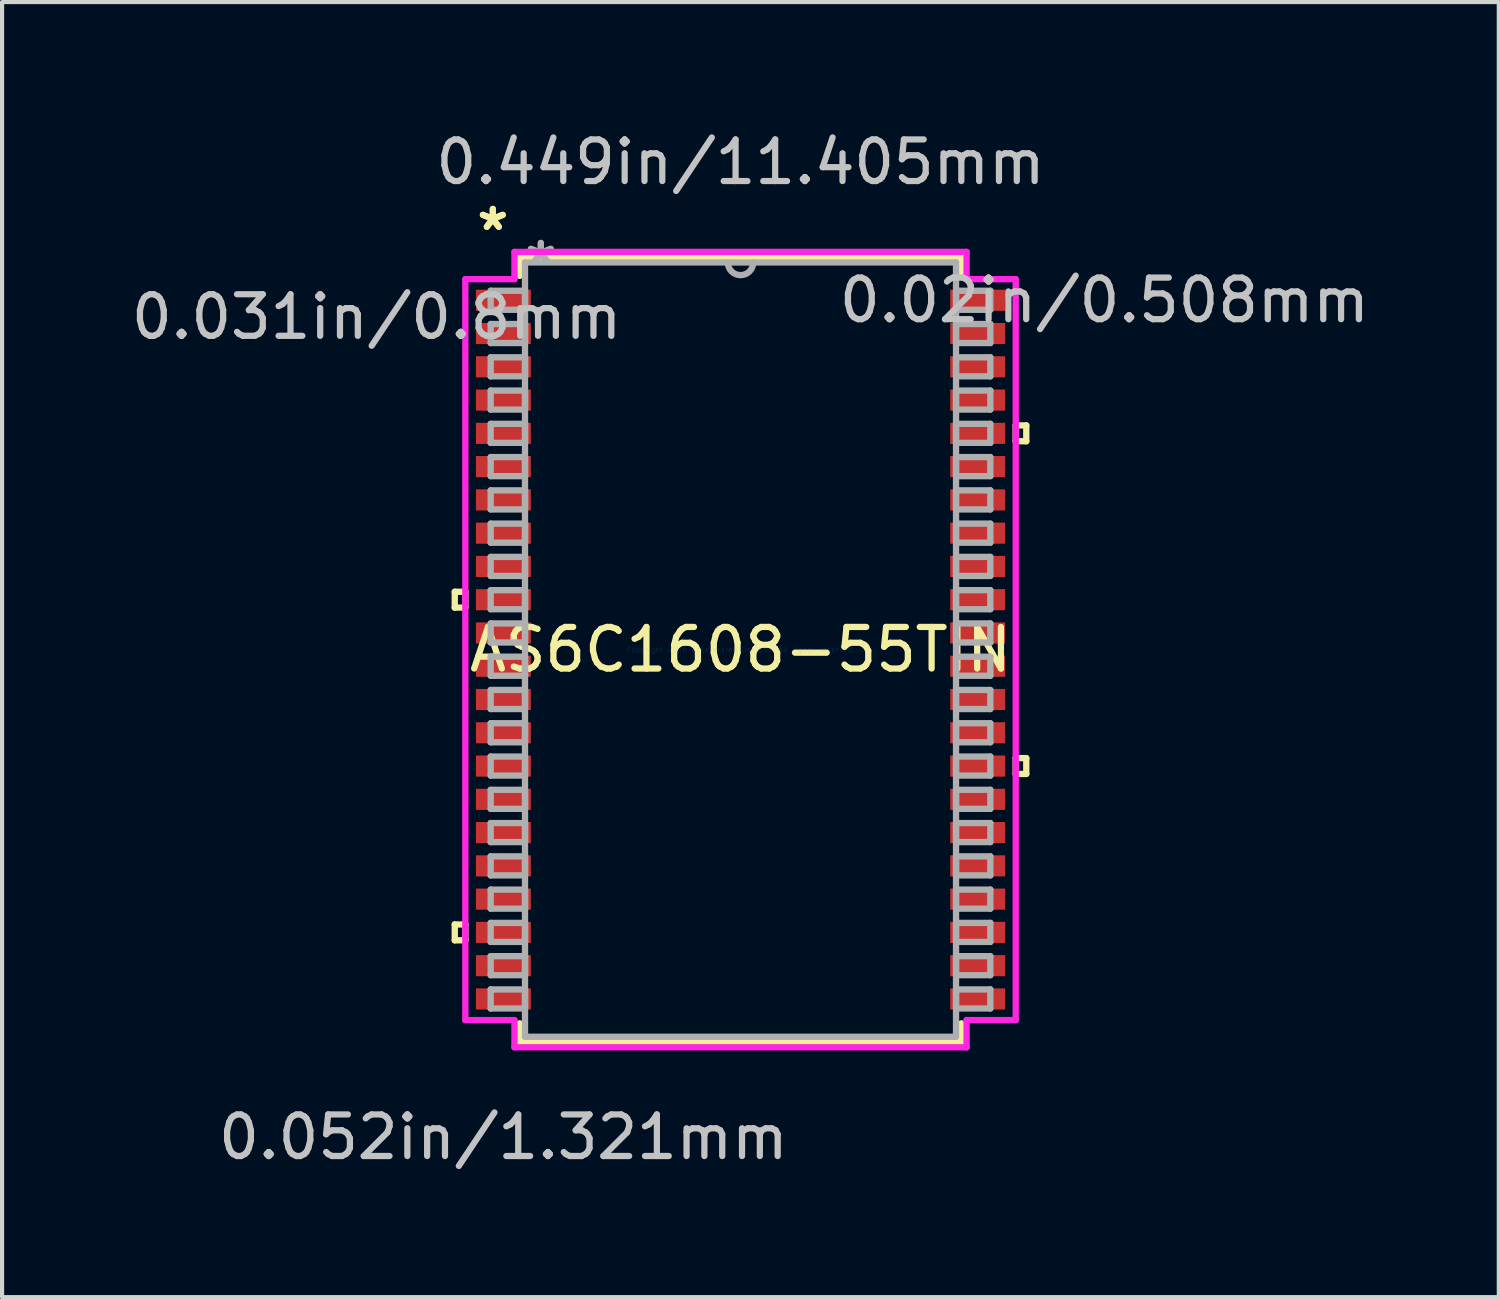
<source format=kicad_pcb>
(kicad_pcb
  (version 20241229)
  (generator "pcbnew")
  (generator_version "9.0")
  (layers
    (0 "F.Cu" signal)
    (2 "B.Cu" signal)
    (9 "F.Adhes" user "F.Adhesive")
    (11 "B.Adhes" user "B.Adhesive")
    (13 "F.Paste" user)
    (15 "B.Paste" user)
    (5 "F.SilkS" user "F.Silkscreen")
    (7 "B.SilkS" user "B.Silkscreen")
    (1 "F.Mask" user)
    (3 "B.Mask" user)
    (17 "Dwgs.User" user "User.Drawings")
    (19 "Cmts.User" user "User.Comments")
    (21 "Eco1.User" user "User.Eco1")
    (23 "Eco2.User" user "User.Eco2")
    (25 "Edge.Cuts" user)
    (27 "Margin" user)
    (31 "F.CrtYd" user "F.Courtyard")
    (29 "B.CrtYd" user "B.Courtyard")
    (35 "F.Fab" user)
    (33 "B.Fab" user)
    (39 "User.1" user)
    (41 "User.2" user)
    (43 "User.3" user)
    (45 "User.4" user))
  (footprint "AS6C1608-55TIN"
    (layer "F.Cu")
    (at 14.756 12.57)
    (property "Reference" "AS6C1608-55TIN" (at 0 0 0) (layer "F.SilkS") (effects (font (size 1 1) (thickness 0.15))))
    (attr through_hole)
    (fp_line (start -6.871 -1.391) (end -6.871 -1.01) (stroke (width 0.152) (type solid)) (layer "F.SilkS"))
    (fp_line (start -6.871 -1.01) (end -6.617 -1.01) (stroke (width 0.152) (type solid)) (layer "F.SilkS"))
    (fp_line (start -6.871 6.609) (end -6.871 6.99) (stroke (width 0.152) (type solid)) (layer "F.SilkS"))
    (fp_line (start -6.871 6.99) (end -6.617 6.99) (stroke (width 0.152) (type solid)) (layer "F.SilkS"))
    (fp_line (start -6.617 -1.391) (end -6.871 -1.391) (stroke (width 0.152) (type solid)) (layer "F.SilkS"))
    (fp_line (start -6.617 -1.01) (end -6.617 -1.391) (stroke (width 0.152) (type solid)) (layer "F.SilkS"))
    (fp_line (start -6.617 6.609) (end -6.871 6.609) (stroke (width 0.152) (type solid)) (layer "F.SilkS"))
    (fp_line (start -6.617 6.99) (end -6.617 6.609) (stroke (width 0.152) (type solid)) (layer "F.SilkS"))
    (fp_line (start -5.309 -9.436) (end -5.309 -8.987) (stroke (width 0.152) (type solid)) (layer "F.SilkS"))
    (fp_line (start -5.309 8.987) (end -5.309 9.436) (stroke (width 0.152) (type solid)) (layer "F.SilkS"))
    (fp_line (start -5.309 9.436) (end 5.309 9.436) (stroke (width 0.152) (type solid)) (layer "F.SilkS"))
    (fp_line (start 5.309 -9.436) (end -5.309 -9.436) (stroke (width 0.152) (type solid)) (layer "F.SilkS"))
    (fp_line (start 5.309 -8.987) (end 5.309 -9.436) (stroke (width 0.152) (type solid)) (layer "F.SilkS"))
    (fp_line (start 5.309 9.436) (end 5.309 8.987) (stroke (width 0.152) (type solid)) (layer "F.SilkS"))
    (fp_line (start 6.617 -5.391) (end 6.871 -5.391) (stroke (width 0.152) (type solid)) (layer "F.SilkS"))
    (fp_line (start 6.617 -5.01) (end 6.617 -5.391) (stroke (width 0.152) (type solid)) (layer "F.SilkS"))
    (fp_line (start 6.617 2.609) (end 6.871 2.609) (stroke (width 0.152) (type solid)) (layer "F.SilkS"))
    (fp_line (start 6.617 2.99) (end 6.617 2.609) (stroke (width 0.152) (type solid)) (layer "F.SilkS"))
    (fp_line (start 6.871 -5.391) (end 6.871 -5.01) (stroke (width 0.152) (type solid)) (layer "F.SilkS"))
    (fp_line (start 6.871 -5.01) (end 6.617 -5.01) (stroke (width 0.152) (type solid)) (layer "F.SilkS"))
    (fp_line (start 6.871 2.609) (end 6.871 2.99) (stroke (width 0.152) (type solid)) (layer "F.SilkS"))
    (fp_line (start 6.871 2.99) (end 6.617 2.99) (stroke (width 0.152) (type solid)) (layer "F.SilkS"))
    (fp_line (start -6.617 -8.908) (end -5.436 -8.908) (stroke (width 0.152) (type solid)) (layer "F.CrtYd"))
    (fp_line (start -6.617 8.908) (end -6.617 -8.908) (stroke (width 0.152) (type solid)) (layer "F.CrtYd"))
    (fp_line (start -5.436 -9.563) (end 5.436 -9.563) (stroke (width 0.152) (type solid)) (layer "F.CrtYd"))
    (fp_line (start -5.436 -8.908) (end -5.436 -9.563) (stroke (width 0.152) (type solid)) (layer "F.CrtYd"))
    (fp_line (start -5.436 8.908) (end -6.617 8.908) (stroke (width 0.152) (type solid)) (layer "F.CrtYd"))
    (fp_line (start -5.436 9.563) (end -5.436 8.908) (stroke (width 0.152) (type solid)) (layer "F.CrtYd"))
    (fp_line (start 5.436 -9.563) (end 5.436 -8.908) (stroke (width 0.152) (type solid)) (layer "F.CrtYd"))
    (fp_line (start 5.436 -8.908) (end 6.617 -8.908) (stroke (width 0.152) (type solid)) (layer "F.CrtYd"))
    (fp_line (start 5.436 8.908) (end 5.436 9.563) (stroke (width 0.152) (type solid)) (layer "F.CrtYd"))
    (fp_line (start 5.436 9.563) (end -5.436 9.563) (stroke (width 0.152) (type solid)) (layer "F.CrtYd"))
    (fp_line (start 6.617 -8.908) (end 6.617 8.908) (stroke (width 0.152) (type solid)) (layer "F.CrtYd"))
    (fp_line (start 6.617 8.908) (end 5.436 8.908) (stroke (width 0.152) (type solid)) (layer "F.CrtYd"))
    (fp_line (start -6.007 -8.629) (end -6.007 -8.171) (stroke (width 0.152) (type solid)) (layer "F.Fab"))
    (fp_line (start -6.007 -8.171) (end -5.182 -8.171) (stroke (width 0.152) (type solid)) (layer "F.Fab"))
    (fp_line (start -6.007 -7.829) (end -6.007 -7.371) (stroke (width 0.152) (type solid)) (layer "F.Fab"))
    (fp_line (start -6.007 -7.371) (end -5.182 -7.371) (stroke (width 0.152) (type solid)) (layer "F.Fab"))
    (fp_line (start -6.007 -7.029) (end -6.007 -6.571) (stroke (width 0.152) (type solid)) (layer "F.Fab"))
    (fp_line (start -6.007 -6.571) (end -5.182 -6.571) (stroke (width 0.152) (type solid)) (layer "F.Fab"))
    (fp_line (start -6.007 -6.229) (end -6.007 -5.771) (stroke (width 0.152) (type solid)) (layer "F.Fab"))
    (fp_line (start -6.007 -5.771) (end -5.182 -5.771) (stroke (width 0.152) (type solid)) (layer "F.Fab"))
    (fp_line (start -6.007 -5.429) (end -6.007 -4.971) (stroke (width 0.152) (type solid)) (layer "F.Fab"))
    (fp_line (start -6.007 -4.971) (end -5.182 -4.971) (stroke (width 0.152) (type solid)) (layer "F.Fab"))
    (fp_line (start -6.007 -4.629) (end -6.007 -4.171) (stroke (width 0.152) (type solid)) (layer "F.Fab"))
    (fp_line (start -6.007 -4.171) (end -5.182 -4.171) (stroke (width 0.152) (type solid)) (layer "F.Fab"))
    (fp_line (start -6.007 -3.829) (end -6.007 -3.371) (stroke (width 0.152) (type solid)) (layer "F.Fab"))
    (fp_line (start -6.007 -3.371) (end -5.182 -3.371) (stroke (width 0.152) (type solid)) (layer "F.Fab"))
    (fp_line (start -6.007 -3.029) (end -6.007 -2.571) (stroke (width 0.152) (type solid)) (layer "F.Fab"))
    (fp_line (start -6.007 -2.571) (end -5.182 -2.571) (stroke (width 0.152) (type solid)) (layer "F.Fab"))
    (fp_line (start -6.007 -2.229) (end -6.007 -1.771) (stroke (width 0.152) (type solid)) (layer "F.Fab"))
    (fp_line (start -6.007 -1.771) (end -5.182 -1.771) (stroke (width 0.152) (type solid)) (layer "F.Fab"))
    (fp_line (start -6.007 -1.429) (end -6.007 -0.971) (stroke (width 0.152) (type solid)) (layer "F.Fab"))
    (fp_line (start -6.007 -0.971) (end -5.182 -0.971) (stroke (width 0.152) (type solid)) (layer "F.Fab"))
    (fp_line (start -6.007 -0.629) (end -6.007 -0.171) (stroke (width 0.152) (type solid)) (layer "F.Fab"))
    (fp_line (start -6.007 -0.171) (end -5.182 -0.171) (stroke (width 0.152) (type solid)) (layer "F.Fab"))
    (fp_line (start -6.007 0.171) (end -6.007 0.629) (stroke (width 0.152) (type solid)) (layer "F.Fab"))
    (fp_line (start -6.007 0.629) (end -5.182 0.629) (stroke (width 0.152) (type solid)) (layer "F.Fab"))
    (fp_line (start -6.007 0.971) (end -6.007 1.429) (stroke (width 0.152) (type solid)) (layer "F.Fab"))
    (fp_line (start -6.007 1.429) (end -5.182 1.429) (stroke (width 0.152) (type solid)) (layer "F.Fab"))
    (fp_line (start -6.007 1.771) (end -6.007 2.229) (stroke (width 0.152) (type solid)) (layer "F.Fab"))
    (fp_line (start -6.007 2.229) (end -5.182 2.229) (stroke (width 0.152) (type solid)) (layer "F.Fab"))
    (fp_line (start -6.007 2.571) (end -6.007 3.029) (stroke (width 0.152) (type solid)) (layer "F.Fab"))
    (fp_line (start -6.007 3.029) (end -5.182 3.029) (stroke (width 0.152) (type solid)) (layer "F.Fab"))
    (fp_line (start -6.007 3.371) (end -6.007 3.829) (stroke (width 0.152) (type solid)) (layer "F.Fab"))
    (fp_line (start -6.007 3.829) (end -5.182 3.829) (stroke (width 0.152) (type solid)) (layer "F.Fab"))
    (fp_line (start -6.007 4.171) (end -6.007 4.629) (stroke (width 0.152) (type solid)) (layer "F.Fab"))
    (fp_line (start -6.007 4.629) (end -5.182 4.629) (stroke (width 0.152) (type solid)) (layer "F.Fab"))
    (fp_line (start -6.007 4.971) (end -6.007 5.429) (stroke (width 0.152) (type solid)) (layer "F.Fab"))
    (fp_line (start -6.007 5.429) (end -5.182 5.429) (stroke (width 0.152) (type solid)) (layer "F.Fab"))
    (fp_line (start -6.007 5.771) (end -6.007 6.229) (stroke (width 0.152) (type solid)) (layer "F.Fab"))
    (fp_line (start -6.007 6.229) (end -5.182 6.229) (stroke (width 0.152) (type solid)) (layer "F.Fab"))
    (fp_line (start -6.007 6.571) (end -6.007 7.029) (stroke (width 0.152) (type solid)) (layer "F.Fab"))
    (fp_line (start -6.007 7.029) (end -5.182 7.029) (stroke (width 0.152) (type solid)) (layer "F.Fab"))
    (fp_line (start -6.007 7.371) (end -6.007 7.829) (stroke (width 0.152) (type solid)) (layer "F.Fab"))
    (fp_line (start -6.007 7.829) (end -5.182 7.829) (stroke (width 0.152) (type solid)) (layer "F.Fab"))
    (fp_line (start -6.007 8.171) (end -6.007 8.629) (stroke (width 0.152) (type solid)) (layer "F.Fab"))
    (fp_line (start -6.007 8.629) (end -5.182 8.629) (stroke (width 0.152) (type solid)) (layer "F.Fab"))
    (fp_line (start -5.182 -9.309) (end -5.182 9.309) (stroke (width 0.152) (type solid)) (layer "F.Fab"))
    (fp_line (start -5.182 -8.629) (end -6.007 -8.629) (stroke (width 0.152) (type solid)) (layer "F.Fab"))
    (fp_line (start -5.182 -8.171) (end -5.182 -8.629) (stroke (width 0.152) (type solid)) (layer "F.Fab"))
    (fp_line (start -5.182 -7.829) (end -6.007 -7.829) (stroke (width 0.152) (type solid)) (layer "F.Fab"))
    (fp_line (start -5.182 -7.371) (end -5.182 -7.829) (stroke (width 0.152) (type solid)) (layer "F.Fab"))
    (fp_line (start -5.182 -7.029) (end -6.007 -7.029) (stroke (width 0.152) (type solid)) (layer "F.Fab"))
    (fp_line (start -5.182 -6.571) (end -5.182 -7.029) (stroke (width 0.152) (type solid)) (layer "F.Fab"))
    (fp_line (start -5.182 -6.229) (end -6.007 -6.229) (stroke (width 0.152) (type solid)) (layer "F.Fab"))
    (fp_line (start -5.182 -5.771) (end -5.182 -6.229) (stroke (width 0.152) (type solid)) (layer "F.Fab"))
    (fp_line (start -5.182 -5.429) (end -6.007 -5.429) (stroke (width 0.152) (type solid)) (layer "F.Fab"))
    (fp_line (start -5.182 -4.971) (end -5.182 -5.429) (stroke (width 0.152) (type solid)) (layer "F.Fab"))
    (fp_line (start -5.182 -4.629) (end -6.007 -4.629) (stroke (width 0.152) (type solid)) (layer "F.Fab"))
    (fp_line (start -5.182 -4.171) (end -5.182 -4.629) (stroke (width 0.152) (type solid)) (layer "F.Fab"))
    (fp_line (start -5.182 -3.829) (end -6.007 -3.829) (stroke (width 0.152) (type solid)) (layer "F.Fab"))
    (fp_line (start -5.182 -3.371) (end -5.182 -3.829) (stroke (width 0.152) (type solid)) (layer "F.Fab"))
    (fp_line (start -5.182 -3.029) (end -6.007 -3.029) (stroke (width 0.152) (type solid)) (layer "F.Fab"))
    (fp_line (start -5.182 -2.571) (end -5.182 -3.029) (stroke (width 0.152) (type solid)) (layer "F.Fab"))
    (fp_line (start -5.182 -2.229) (end -6.007 -2.229) (stroke (width 0.152) (type solid)) (layer "F.Fab"))
    (fp_line (start -5.182 -1.771) (end -5.182 -2.229) (stroke (width 0.152) (type solid)) (layer "F.Fab"))
    (fp_line (start -5.182 -1.429) (end -6.007 -1.429) (stroke (width 0.152) (type solid)) (layer "F.Fab"))
    (fp_line (start -5.182 -0.971) (end -5.182 -1.429) (stroke (width 0.152) (type solid)) (layer "F.Fab"))
    (fp_line (start -5.182 -0.629) (end -6.007 -0.629) (stroke (width 0.152) (type solid)) (layer "F.Fab"))
    (fp_line (start -5.182 -0.171) (end -5.182 -0.629) (stroke (width 0.152) (type solid)) (layer "F.Fab"))
    (fp_line (start -5.182 0.171) (end -6.007 0.171) (stroke (width 0.152) (type solid)) (layer "F.Fab"))
    (fp_line (start -5.182 0.629) (end -5.182 0.171) (stroke (width 0.152) (type solid)) (layer "F.Fab"))
    (fp_line (start -5.182 0.971) (end -6.007 0.971) (stroke (width 0.152) (type solid)) (layer "F.Fab"))
    (fp_line (start -5.182 1.429) (end -5.182 0.971) (stroke (width 0.152) (type solid)) (layer "F.Fab"))
    (fp_line (start -5.182 1.771) (end -6.007 1.771) (stroke (width 0.152) (type solid)) (layer "F.Fab"))
    (fp_line (start -5.182 2.229) (end -5.182 1.771) (stroke (width 0.152) (type solid)) (layer "F.Fab"))
    (fp_line (start -5.182 2.571) (end -6.007 2.571) (stroke (width 0.152) (type solid)) (layer "F.Fab"))
    (fp_line (start -5.182 3.029) (end -5.182 2.571) (stroke (width 0.152) (type solid)) (layer "F.Fab"))
    (fp_line (start -5.182 3.371) (end -6.007 3.371) (stroke (width 0.152) (type solid)) (layer "F.Fab"))
    (fp_line (start -5.182 3.829) (end -5.182 3.371) (stroke (width 0.152) (type solid)) (layer "F.Fab"))
    (fp_line (start -5.182 4.171) (end -6.007 4.171) (stroke (width 0.152) (type solid)) (layer "F.Fab"))
    (fp_line (start -5.182 4.629) (end -5.182 4.171) (stroke (width 0.152) (type solid)) (layer "F.Fab"))
    (fp_line (start -5.182 4.971) (end -6.007 4.971) (stroke (width 0.152) (type solid)) (layer "F.Fab"))
    (fp_line (start -5.182 5.429) (end -5.182 4.971) (stroke (width 0.152) (type solid)) (layer "F.Fab"))
    (fp_line (start -5.182 5.771) (end -6.007 5.771) (stroke (width 0.152) (type solid)) (layer "F.Fab"))
    (fp_line (start -5.182 6.229) (end -5.182 5.771) (stroke (width 0.152) (type solid)) (layer "F.Fab"))
    (fp_line (start -5.182 6.571) (end -6.007 6.571) (stroke (width 0.152) (type solid)) (layer "F.Fab"))
    (fp_line (start -5.182 7.029) (end -5.182 6.571) (stroke (width 0.152) (type solid)) (layer "F.Fab"))
    (fp_line (start -5.182 7.371) (end -6.007 7.371) (stroke (width 0.152) (type solid)) (layer "F.Fab"))
    (fp_line (start -5.182 7.829) (end -5.182 7.371) (stroke (width 0.152) (type solid)) (layer "F.Fab"))
    (fp_line (start -5.182 8.171) (end -6.007 8.171) (stroke (width 0.152) (type solid)) (layer "F.Fab"))
    (fp_line (start -5.182 8.629) (end -5.182 8.171) (stroke (width 0.152) (type solid)) (layer "F.Fab"))
    (fp_line (start -5.182 9.309) (end 5.182 9.309) (stroke (width 0.152) (type solid)) (layer "F.Fab"))
    (fp_line (start 5.182 -9.309) (end -5.182 -9.309) (stroke (width 0.152) (type solid)) (layer "F.Fab"))
    (fp_line (start 5.182 -8.629) (end 5.182 -8.171) (stroke (width 0.152) (type solid)) (layer "F.Fab"))
    (fp_line (start 5.182 -8.171) (end 6.007 -8.171) (stroke (width 0.152) (type solid)) (layer "F.Fab"))
    (fp_line (start 5.182 -7.829) (end 5.182 -7.371) (stroke (width 0.152) (type solid)) (layer "F.Fab"))
    (fp_line (start 5.182 -7.371) (end 6.007 -7.371) (stroke (width 0.152) (type solid)) (layer "F.Fab"))
    (fp_line (start 5.182 -7.029) (end 5.182 -6.571) (stroke (width 0.152) (type solid)) (layer "F.Fab"))
    (fp_line (start 5.182 -6.571) (end 6.007 -6.571) (stroke (width 0.152) (type solid)) (layer "F.Fab"))
    (fp_line (start 5.182 -6.229) (end 5.182 -5.771) (stroke (width 0.152) (type solid)) (layer "F.Fab"))
    (fp_line (start 5.182 -5.771) (end 6.007 -5.771) (stroke (width 0.152) (type solid)) (layer "F.Fab"))
    (fp_line (start 5.182 -5.429) (end 5.182 -4.971) (stroke (width 0.152) (type solid)) (layer "F.Fab"))
    (fp_line (start 5.182 -4.971) (end 6.007 -4.971) (stroke (width 0.152) (type solid)) (layer "F.Fab"))
    (fp_line (start 5.182 -4.629) (end 5.182 -4.171) (stroke (width 0.152) (type solid)) (layer "F.Fab"))
    (fp_line (start 5.182 -4.171) (end 6.007 -4.171) (stroke (width 0.152) (type solid)) (layer "F.Fab"))
    (fp_line (start 5.182 -3.829) (end 5.182 -3.371) (stroke (width 0.152) (type solid)) (layer "F.Fab"))
    (fp_line (start 5.182 -3.371) (end 6.007 -3.371) (stroke (width 0.152) (type solid)) (layer "F.Fab"))
    (fp_line (start 5.182 -3.029) (end 5.182 -2.571) (stroke (width 0.152) (type solid)) (layer "F.Fab"))
    (fp_line (start 5.182 -2.571) (end 6.007 -2.571) (stroke (width 0.152) (type solid)) (layer "F.Fab"))
    (fp_line (start 5.182 -2.229) (end 5.182 -1.771) (stroke (width 0.152) (type solid)) (layer "F.Fab"))
    (fp_line (start 5.182 -1.771) (end 6.007 -1.771) (stroke (width 0.152) (type solid)) (layer "F.Fab"))
    (fp_line (start 5.182 -1.429) (end 5.182 -0.971) (stroke (width 0.152) (type solid)) (layer "F.Fab"))
    (fp_line (start 5.182 -0.971) (end 6.007 -0.971) (stroke (width 0.152) (type solid)) (layer "F.Fab"))
    (fp_line (start 5.182 -0.629) (end 5.182 -0.171) (stroke (width 0.152) (type solid)) (layer "F.Fab"))
    (fp_line (start 5.182 -0.171) (end 6.007 -0.171) (stroke (width 0.152) (type solid)) (layer "F.Fab"))
    (fp_line (start 5.182 0.171) (end 5.182 0.629) (stroke (width 0.152) (type solid)) (layer "F.Fab"))
    (fp_line (start 5.182 0.629) (end 6.007 0.629) (stroke (width 0.152) (type solid)) (layer "F.Fab"))
    (fp_line (start 5.182 0.971) (end 5.182 1.429) (stroke (width 0.152) (type solid)) (layer "F.Fab"))
    (fp_line (start 5.182 1.429) (end 6.007 1.429) (stroke (width 0.152) (type solid)) (layer "F.Fab"))
    (fp_line (start 5.182 1.771) (end 5.182 2.229) (stroke (width 0.152) (type solid)) (layer "F.Fab"))
    (fp_line (start 5.182 2.229) (end 6.007 2.229) (stroke (width 0.152) (type solid)) (layer "F.Fab"))
    (fp_line (start 5.182 2.571) (end 5.182 3.029) (stroke (width 0.152) (type solid)) (layer "F.Fab"))
    (fp_line (start 5.182 3.029) (end 6.007 3.029) (stroke (width 0.152) (type solid)) (layer "F.Fab"))
    (fp_line (start 5.182 3.371) (end 5.182 3.829) (stroke (width 0.152) (type solid)) (layer "F.Fab"))
    (fp_line (start 5.182 3.829) (end 6.007 3.829) (stroke (width 0.152) (type solid)) (layer "F.Fab"))
    (fp_line (start 5.182 4.171) (end 5.182 4.629) (stroke (width 0.152) (type solid)) (layer "F.Fab"))
    (fp_line (start 5.182 4.629) (end 6.007 4.629) (stroke (width 0.152) (type solid)) (layer "F.Fab"))
    (fp_line (start 5.182 4.971) (end 5.182 5.429) (stroke (width 0.152) (type solid)) (layer "F.Fab"))
    (fp_line (start 5.182 5.429) (end 6.007 5.429) (stroke (width 0.152) (type solid)) (layer "F.Fab"))
    (fp_line (start 5.182 5.771) (end 5.182 6.229) (stroke (width 0.152) (type solid)) (layer "F.Fab"))
    (fp_line (start 5.182 6.229) (end 6.007 6.229) (stroke (width 0.152) (type solid)) (layer "F.Fab"))
    (fp_line (start 5.182 6.571) (end 5.182 7.029) (stroke (width 0.152) (type solid)) (layer "F.Fab"))
    (fp_line (start 5.182 7.029) (end 6.007 7.029) (stroke (width 0.152) (type solid)) (layer "F.Fab"))
    (fp_line (start 5.182 7.371) (end 5.182 7.829) (stroke (width 0.152) (type solid)) (layer "F.Fab"))
    (fp_line (start 5.182 7.829) (end 6.007 7.829) (stroke (width 0.152) (type solid)) (layer "F.Fab"))
    (fp_line (start 5.182 8.171) (end 5.182 8.629) (stroke (width 0.152) (type solid)) (layer "F.Fab"))
    (fp_line (start 5.182 8.629) (end 6.007 8.629) (stroke (width 0.152) (type solid)) (layer "F.Fab"))
    (fp_line (start 5.182 9.309) (end 5.182 -9.309) (stroke (width 0.152) (type solid)) (layer "F.Fab"))
    (fp_line (start 6.007 -8.629) (end 5.182 -8.629) (stroke (width 0.152) (type solid)) (layer "F.Fab"))
    (fp_line (start 6.007 -8.171) (end 6.007 -8.629) (stroke (width 0.152) (type solid)) (layer "F.Fab"))
    (fp_line (start 6.007 -7.829) (end 5.182 -7.829) (stroke (width 0.152) (type solid)) (layer "F.Fab"))
    (fp_line (start 6.007 -7.371) (end 6.007 -7.829) (stroke (width 0.152) (type solid)) (layer "F.Fab"))
    (fp_line (start 6.007 -7.029) (end 5.182 -7.029) (stroke (width 0.152) (type solid)) (layer "F.Fab"))
    (fp_line (start 6.007 -6.571) (end 6.007 -7.029) (stroke (width 0.152) (type solid)) (layer "F.Fab"))
    (fp_line (start 6.007 -6.229) (end 5.182 -6.229) (stroke (width 0.152) (type solid)) (layer "F.Fab"))
    (fp_line (start 6.007 -5.771) (end 6.007 -6.229) (stroke (width 0.152) (type solid)) (layer "F.Fab"))
    (fp_line (start 6.007 -5.429) (end 5.182 -5.429) (stroke (width 0.152) (type solid)) (layer "F.Fab"))
    (fp_line (start 6.007 -4.971) (end 6.007 -5.429) (stroke (width 0.152) (type solid)) (layer "F.Fab"))
    (fp_line (start 6.007 -4.629) (end 5.182 -4.629) (stroke (width 0.152) (type solid)) (layer "F.Fab"))
    (fp_line (start 6.007 -4.171) (end 6.007 -4.629) (stroke (width 0.152) (type solid)) (layer "F.Fab"))
    (fp_line (start 6.007 -3.829) (end 5.182 -3.829) (stroke (width 0.152) (type solid)) (layer "F.Fab"))
    (fp_line (start 6.007 -3.371) (end 6.007 -3.829) (stroke (width 0.152) (type solid)) (layer "F.Fab"))
    (fp_line (start 6.007 -3.029) (end 5.182 -3.029) (stroke (width 0.152) (type solid)) (layer "F.Fab"))
    (fp_line (start 6.007 -2.571) (end 6.007 -3.029) (stroke (width 0.152) (type solid)) (layer "F.Fab"))
    (fp_line (start 6.007 -2.229) (end 5.182 -2.229) (stroke (width 0.152) (type solid)) (layer "F.Fab"))
    (fp_line (start 6.007 -1.771) (end 6.007 -2.229) (stroke (width 0.152) (type solid)) (layer "F.Fab"))
    (fp_line (start 6.007 -1.429) (end 5.182 -1.429) (stroke (width 0.152) (type solid)) (layer "F.Fab"))
    (fp_line (start 6.007 -0.971) (end 6.007 -1.429) (stroke (width 0.152) (type solid)) (layer "F.Fab"))
    (fp_line (start 6.007 -0.629) (end 5.182 -0.629) (stroke (width 0.152) (type solid)) (layer "F.Fab"))
    (fp_line (start 6.007 -0.171) (end 6.007 -0.629) (stroke (width 0.152) (type solid)) (layer "F.Fab"))
    (fp_line (start 6.007 0.171) (end 5.182 0.171) (stroke (width 0.152) (type solid)) (layer "F.Fab"))
    (fp_line (start 6.007 0.629) (end 6.007 0.171) (stroke (width 0.152) (type solid)) (layer "F.Fab"))
    (fp_line (start 6.007 0.971) (end 5.182 0.971) (stroke (width 0.152) (type solid)) (layer "F.Fab"))
    (fp_line (start 6.007 1.429) (end 6.007 0.971) (stroke (width 0.152) (type solid)) (layer "F.Fab"))
    (fp_line (start 6.007 1.771) (end 5.182 1.771) (stroke (width 0.152) (type solid)) (layer "F.Fab"))
    (fp_line (start 6.007 2.229) (end 6.007 1.771) (stroke (width 0.152) (type solid)) (layer "F.Fab"))
    (fp_line (start 6.007 2.571) (end 5.182 2.571) (stroke (width 0.152) (type solid)) (layer "F.Fab"))
    (fp_line (start 6.007 3.029) (end 6.007 2.571) (stroke (width 0.152) (type solid)) (layer "F.Fab"))
    (fp_line (start 6.007 3.371) (end 5.182 3.371) (stroke (width 0.152) (type solid)) (layer "F.Fab"))
    (fp_line (start 6.007 3.829) (end 6.007 3.371) (stroke (width 0.152) (type solid)) (layer "F.Fab"))
    (fp_line (start 6.007 4.171) (end 5.182 4.171) (stroke (width 0.152) (type solid)) (layer "F.Fab"))
    (fp_line (start 6.007 4.629) (end 6.007 4.171) (stroke (width 0.152) (type solid)) (layer "F.Fab"))
    (fp_line (start 6.007 4.971) (end 5.182 4.971) (stroke (width 0.152) (type solid)) (layer "F.Fab"))
    (fp_line (start 6.007 5.429) (end 6.007 4.971) (stroke (width 0.152) (type solid)) (layer "F.Fab"))
    (fp_line (start 6.007 5.771) (end 5.182 5.771) (stroke (width 0.152) (type solid)) (layer "F.Fab"))
    (fp_line (start 6.007 6.229) (end 6.007 5.771) (stroke (width 0.152) (type solid)) (layer "F.Fab"))
    (fp_line (start 6.007 6.571) (end 5.182 6.571) (stroke (width 0.152) (type solid)) (layer "F.Fab"))
    (fp_line (start 6.007 7.029) (end 6.007 6.571) (stroke (width 0.152) (type solid)) (layer "F.Fab"))
    (fp_line (start 6.007 7.371) (end 5.182 7.371) (stroke (width 0.152) (type solid)) (layer "F.Fab"))
    (fp_line (start 6.007 7.829) (end 6.007 7.371) (stroke (width 0.152) (type solid)) (layer "F.Fab"))
    (fp_line (start 6.007 8.171) (end 5.182 8.171) (stroke (width 0.152) (type solid)) (layer "F.Fab"))
    (fp_line (start 6.007 8.629) (end 6.007 8.171) (stroke (width 0.152) (type solid)) (layer "F.Fab"))
    (fp_arc (start 0.3048 -9.3091) (mid 0 -9.0043) (end -0.3048 -9.3091) (stroke (width 0.1524) (type solid)) (layer "F.Fab"))
    (fp_text user "*" (at -5.956 -10.051 0) (layer "F.SilkS") (effects (font (size 1 1) (thickness 0.15))))
    (fp_text user "*" (at -5.956 -10.051 0) (layer "F.SilkS") (effects (font (size 1 1) (thickness 0.15))))
    (fp_text user "0.449in/11.405mm" (at 0 -11.722 0) (layer "Dwgs.User") (effects (font (size 1 1) (thickness 0.15))))
    (fp_text user "0.031in/0.8mm" (at -8.75 -8 0) (layer "Dwgs.User") (effects (font (size 1 1) (thickness 0.15))))
    (fp_text user "0.052in/1.321mm" (at -5.702 11.722 0) (layer "Dwgs.User") (effects (font (size 1 1) (thickness 0.15))))
    (fp_text user "0.02in/0.508mm" (at 8.75 -8.4 0) (layer "Dwgs.User") (effects (font (size 1 1) (thickness 0.15))))
    (fp_text user "Copyright 2016 Accelerated Designs. All rights reserved." (at 0 0 0) (layer "Cmts.User") (effects (font (size 0.127 0.127) (thickness 0.002))))
    (fp_text user "*" (at -4.801 -9.233 0) (layer "F.Fab") (effects (font (size 1 1) (thickness 0.15))))
    (fp_text user "*" (at -4.801 -9.233 0) (layer "F.Fab") (effects (font (size 1 1) (thickness 0.15))))
    (pad "1" smd rect (at -5.702 -8.4) (size 1.321 0.508) (layers "F.Cu" "F.Mask" "F.Paste"))
    (pad "2" smd rect (at -5.702 -7.6) (size 1.321 0.508) (layers "F.Cu" "F.Mask" "F.Paste"))
    (pad "3" smd rect (at -5.702 -6.8) (size 1.321 0.508) (layers "F.Cu" "F.Mask" "F.Paste"))
    (pad "4" smd rect (at -5.702 -6) (size 1.321 0.508) (layers "F.Cu" "F.Mask" "F.Paste"))
    (pad "5" smd rect (at -5.702 -5.2) (size 1.321 0.508) (layers "F.Cu" "F.Mask" "F.Paste"))
    (pad "6" smd rect (at -5.702 -4.4) (size 1.321 0.508) (layers "F.Cu" "F.Mask" "F.Paste"))
    (pad "7" smd rect (at -5.702 -3.6) (size 1.321 0.508) (layers "F.Cu" "F.Mask" "F.Paste"))
    (pad "8" smd rect (at -5.702 -2.8) (size 1.321 0.508) (layers "F.Cu" "F.Mask" "F.Paste"))
    (pad "9" smd rect (at -5.702 -2) (size 1.321 0.508) (layers "F.Cu" "F.Mask" "F.Paste"))
    (pad "10" smd rect (at -5.702 -1.2) (size 1.321 0.508) (layers "F.Cu" "F.Mask" "F.Paste"))
    (pad "11" smd rect (at -5.702 -0.4) (size 1.321 0.508) (layers "F.Cu" "F.Mask" "F.Paste"))
    (pad "12" smd rect (at -5.702 0.4) (size 1.321 0.508) (layers "F.Cu" "F.Mask" "F.Paste"))
    (pad "13" smd rect (at -5.702 1.2) (size 1.321 0.508) (layers "F.Cu" "F.Mask" "F.Paste"))
    (pad "14" smd rect (at -5.702 2) (size 1.321 0.508) (layers "F.Cu" "F.Mask" "F.Paste"))
    (pad "15" smd rect (at -5.702 2.8) (size 1.321 0.508) (layers "F.Cu" "F.Mask" "F.Paste"))
    (pad "16" smd rect (at -5.702 3.6) (size 1.321 0.508) (layers "F.Cu" "F.Mask" "F.Paste"))
    (pad "17" smd rect (at -5.702 4.4) (size 1.321 0.508) (layers "F.Cu" "F.Mask" "F.Paste"))
    (pad "18" smd rect (at -5.702 5.2) (size 1.321 0.508) (layers "F.Cu" "F.Mask" "F.Paste"))
    (pad "19" smd rect (at -5.702 6) (size 1.321 0.508) (layers "F.Cu" "F.Mask" "F.Paste"))
    (pad "20" smd rect (at -5.702 6.8) (size 1.321 0.508) (layers "F.Cu" "F.Mask" "F.Paste"))
    (pad "21" smd rect (at -5.702 7.6) (size 1.321 0.508) (layers "F.Cu" "F.Mask" "F.Paste"))
    (pad "22" smd rect (at -5.702 8.4) (size 1.321 0.508) (layers "F.Cu" "F.Mask" "F.Paste"))
    (pad "23" smd rect (at 5.702 8.4) (size 1.321 0.508) (layers "F.Cu" "F.Mask" "F.Paste"))
    (pad "24" smd rect (at 5.702 7.6) (size 1.321 0.508) (layers "F.Cu" "F.Mask" "F.Paste"))
    (pad "25" smd rect (at 5.702 6.8) (size 1.321 0.508) (layers "F.Cu" "F.Mask" "F.Paste"))
    (pad "26" smd rect (at 5.702 6) (size 1.321 0.508) (layers "F.Cu" "F.Mask" "F.Paste"))
    (pad "27" smd rect (at 5.702 5.2) (size 1.321 0.508) (layers "F.Cu" "F.Mask" "F.Paste"))
    (pad "28" smd rect (at 5.702 4.4) (size 1.321 0.508) (layers "F.Cu" "F.Mask" "F.Paste"))
    (pad "29" smd rect (at 5.702 3.6) (size 1.321 0.508) (layers "F.Cu" "F.Mask" "F.Paste"))
    (pad "30" smd rect (at 5.702 2.8) (size 1.321 0.508) (layers "F.Cu" "F.Mask" "F.Paste"))
    (pad "31" smd rect (at 5.702 2) (size 1.321 0.508) (layers "F.Cu" "F.Mask" "F.Paste"))
    (pad "32" smd rect (at 5.702 1.2) (size 1.321 0.508) (layers "F.Cu" "F.Mask" "F.Paste"))
    (pad "33" smd rect (at 5.702 0.4) (size 1.321 0.508) (layers "F.Cu" "F.Mask" "F.Paste"))
    (pad "34" smd rect (at 5.702 -0.4) (size 1.321 0.508) (layers "F.Cu" "F.Mask" "F.Paste"))
    (pad "35" smd rect (at 5.702 -1.2) (size 1.321 0.508) (layers "F.Cu" "F.Mask" "F.Paste"))
    (pad "36" smd rect (at 5.702 -2) (size 1.321 0.508) (layers "F.Cu" "F.Mask" "F.Paste"))
    (pad "37" smd rect (at 5.702 -2.8) (size 1.321 0.508) (layers "F.Cu" "F.Mask" "F.Paste"))
    (pad "38" smd rect (at 5.702 -3.6) (size 1.321 0.508) (layers "F.Cu" "F.Mask" "F.Paste"))
    (pad "39" smd rect (at 5.702 -4.4) (size 1.321 0.508) (layers "F.Cu" "F.Mask" "F.Paste"))
    (pad "40" smd rect (at 5.702 -5.2) (size 1.321 0.508) (layers "F.Cu" "F.Mask" "F.Paste"))
    (pad "41" smd rect (at 5.702 -6) (size 1.321 0.508) (layers "F.Cu" "F.Mask" "F.Paste"))
    (pad "42" smd rect (at 5.702 -6.8) (size 1.321 0.508) (layers "F.Cu" "F.Mask" "F.Paste"))
    (pad "43" smd rect (at 5.702 -7.6) (size 1.321 0.508) (layers "F.Cu" "F.Mask" "F.Paste"))
    (pad "44" smd rect (at 5.702 -8.4) (size 1.321 0.508) (layers "F.Cu" "F.Mask" "F.Paste")))
  (gr_rect
    (start -3 -3)
    (end 32.989 28.141)
    (stroke (width 0.1) (type default))
    (fill no)
    (layer "Edge.Cuts")))
</source>
